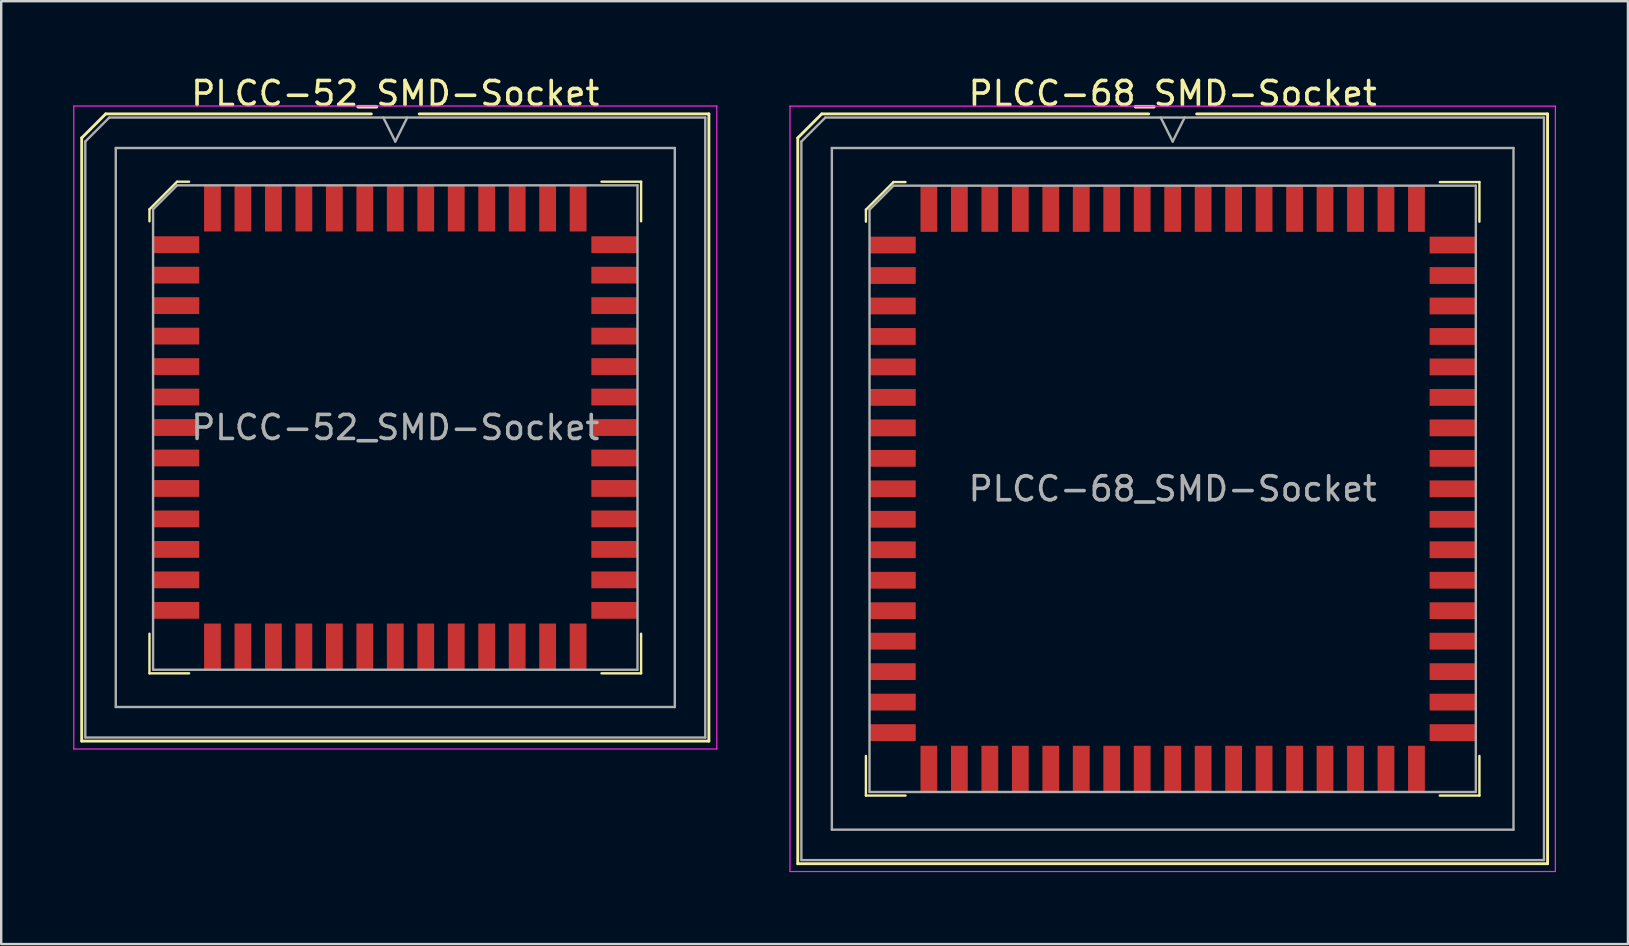
<source format=kicad_pcb>
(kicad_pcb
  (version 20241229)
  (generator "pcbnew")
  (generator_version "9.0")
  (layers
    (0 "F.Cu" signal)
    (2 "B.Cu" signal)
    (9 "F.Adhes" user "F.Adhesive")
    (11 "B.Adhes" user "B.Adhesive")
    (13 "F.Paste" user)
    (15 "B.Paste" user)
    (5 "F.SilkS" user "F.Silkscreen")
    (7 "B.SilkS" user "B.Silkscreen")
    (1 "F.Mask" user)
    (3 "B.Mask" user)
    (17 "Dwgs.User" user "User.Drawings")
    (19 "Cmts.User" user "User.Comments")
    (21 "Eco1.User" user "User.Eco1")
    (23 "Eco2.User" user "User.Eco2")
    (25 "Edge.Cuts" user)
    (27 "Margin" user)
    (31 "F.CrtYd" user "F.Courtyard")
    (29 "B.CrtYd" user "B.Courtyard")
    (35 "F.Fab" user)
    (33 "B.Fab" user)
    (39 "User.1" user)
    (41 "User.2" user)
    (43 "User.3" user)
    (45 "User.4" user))
  (footprint "PLCC-52_SMD-Socket"
    (layer "F.Cu")
    (at 13.425 14.768)
    (property "Reference" "PLCC-52_SMD-Socket" (at 0 -13.92 0) (layer "F.SilkS") (effects (font (size 1 1) (thickness 0.15))))
    (attr smd)
    (fp_line (start -13.07 -12.07) (end -13.07 13.07) (stroke (width 0.12) (type solid)) (layer "F.SilkS"))
    (fp_line (start -13.07 13.07) (end 13.07 13.07) (stroke (width 0.12) (type solid)) (layer "F.SilkS"))
    (fp_line (start -12.07 -13.07) (end -13.07 -12.07) (stroke (width 0.12) (type solid)) (layer "F.SilkS"))
    (fp_line (start -10.245 -9.095) (end -10.245 -8.595) (stroke (width 0.1) (type solid)) (layer "F.SilkS"))
    (fp_line (start -10.245 10.245) (end -10.245 8.595) (stroke (width 0.1) (type solid)) (layer "F.SilkS"))
    (fp_line (start -9.095 -10.245) (end -10.245 -9.095) (stroke (width 0.1) (type solid)) (layer "F.SilkS"))
    (fp_line (start -8.595 -10.245) (end -9.095 -10.245) (stroke (width 0.1) (type solid)) (layer "F.SilkS"))
    (fp_line (start -8.595 10.245) (end -10.245 10.245) (stroke (width 0.1) (type solid)) (layer "F.SilkS"))
    (fp_line (start -1 -13.07) (end -12.07 -13.07) (stroke (width 0.12) (type solid)) (layer "F.SilkS"))
    (fp_line (start 8.595 -10.245) (end 10.245 -10.245) (stroke (width 0.1) (type solid)) (layer "F.SilkS"))
    (fp_line (start 8.595 10.245) (end 10.245 10.245) (stroke (width 0.1) (type solid)) (layer "F.SilkS"))
    (fp_line (start 10.245 -10.245) (end 10.245 -8.595) (stroke (width 0.1) (type solid)) (layer "F.SilkS"))
    (fp_line (start 10.245 10.245) (end 10.245 8.595) (stroke (width 0.1) (type solid)) (layer "F.SilkS"))
    (fp_line (start 13.07 -13.07) (end 1 -13.07) (stroke (width 0.12) (type solid)) (layer "F.SilkS"))
    (fp_line (start 13.07 13.07) (end 13.07 -13.07) (stroke (width 0.12) (type solid)) (layer "F.SilkS"))
    (fp_line (start -13.4 -13.4) (end -13.4 13.4) (stroke (width 0.05) (type solid)) (layer "F.CrtYd"))
    (fp_line (start -13.4 13.4) (end 13.4 13.4) (stroke (width 0.05) (type solid)) (layer "F.CrtYd"))
    (fp_line (start 13.4 -13.4) (end -13.4 -13.4) (stroke (width 0.05) (type solid)) (layer "F.CrtYd"))
    (fp_line (start 13.4 13.4) (end 13.4 -13.4) (stroke (width 0.05) (type solid)) (layer "F.CrtYd"))
    (fp_line (start -12.92 -11.92) (end -12.92 12.92) (stroke (width 0.1) (type solid)) (layer "F.Fab"))
    (fp_line (start -12.92 12.92) (end 12.92 12.92) (stroke (width 0.1) (type solid)) (layer "F.Fab"))
    (fp_line (start -11.92 -12.92) (end -12.92 -11.92) (stroke (width 0.1) (type solid)) (layer "F.Fab"))
    (fp_line (start -11.65 -11.65) (end -11.65 11.65) (stroke (width 0.1) (type solid)) (layer "F.Fab"))
    (fp_line (start -11.65 11.65) (end 11.65 11.65) (stroke (width 0.1) (type solid)) (layer "F.Fab"))
    (fp_line (start -10.095 -9.095) (end -10.095 10.095) (stroke (width 0.1) (type solid)) (layer "F.Fab"))
    (fp_line (start -10.095 10.095) (end 10.095 10.095) (stroke (width 0.1) (type solid)) (layer "F.Fab"))
    (fp_line (start -9.095 -10.095) (end -10.095 -9.095) (stroke (width 0.1) (type solid)) (layer "F.Fab"))
    (fp_line (start -0.5 -12.92) (end 0 -11.92) (stroke (width 0.1) (type solid)) (layer "F.Fab"))
    (fp_line (start 0 -11.92) (end 0.5 -12.92) (stroke (width 0.1) (type solid)) (layer "F.Fab"))
    (fp_line (start 10.095 -10.095) (end -9.095 -10.095) (stroke (width 0.1) (type solid)) (layer "F.Fab"))
    (fp_line (start 10.095 10.095) (end 10.095 -10.095) (stroke (width 0.1) (type solid)) (layer "F.Fab"))
    (fp_line (start 11.65 -11.65) (end -11.65 -11.65) (stroke (width 0.1) (type solid)) (layer "F.Fab"))
    (fp_line (start 11.65 11.65) (end 11.65 -11.65) (stroke (width 0.1) (type solid)) (layer "F.Fab"))
    (fp_line (start 12.92 -12.92) (end -11.92 -12.92) (stroke (width 0.1) (type solid)) (layer "F.Fab"))
    (fp_line (start 12.92 12.92) (end 12.92 -12.92) (stroke (width 0.1) (type solid)) (layer "F.Fab"))
    (fp_text user "${REFERENCE}" (at 0 0 0) (layer "F.Fab") (effects (font (size 1 1) (thickness 0.15))))
    (pad "1" smd rect (at 0 -9.133) (size 0.7 1.925) (layers "F.Cu" "F.Mask" "F.Paste"))
    (pad "2" smd rect (at -1.27 -9.133) (size 0.7 1.925) (layers "F.Cu" "F.Mask" "F.Paste"))
    (pad "3" smd rect (at -2.54 -9.133) (size 0.7 1.925) (layers "F.Cu" "F.Mask" "F.Paste"))
    (pad "4" smd rect (at -3.81 -9.133) (size 0.7 1.925) (layers "F.Cu" "F.Mask" "F.Paste"))
    (pad "5" smd rect (at -5.08 -9.133) (size 0.7 1.925) (layers "F.Cu" "F.Mask" "F.Paste"))
    (pad "6" smd rect (at -6.35 -9.133) (size 0.7 1.925) (layers "F.Cu" "F.Mask" "F.Paste"))
    (pad "7" smd rect (at -7.62 -9.133) (size 0.7 1.925) (layers "F.Cu" "F.Mask" "F.Paste"))
    (pad "8" smd rect (at -9.133 -7.62) (size 1.925 0.7) (layers "F.Cu" "F.Mask" "F.Paste"))
    (pad "9" smd rect (at -9.133 -6.35) (size 1.925 0.7) (layers "F.Cu" "F.Mask" "F.Paste"))
    (pad "10" smd rect (at -9.133 -5.08) (size 1.925 0.7) (layers "F.Cu" "F.Mask" "F.Paste"))
    (pad "11" smd rect (at -9.133 -3.81) (size 1.925 0.7) (layers "F.Cu" "F.Mask" "F.Paste"))
    (pad "12" smd rect (at -9.133 -2.54) (size 1.925 0.7) (layers "F.Cu" "F.Mask" "F.Paste"))
    (pad "13" smd rect (at -9.133 -1.27) (size 1.925 0.7) (layers "F.Cu" "F.Mask" "F.Paste"))
    (pad "14" smd rect (at -9.133 0) (size 1.925 0.7) (layers "F.Cu" "F.Mask" "F.Paste"))
    (pad "15" smd rect (at -9.133 1.27) (size 1.925 0.7) (layers "F.Cu" "F.Mask" "F.Paste"))
    (pad "16" smd rect (at -9.133 2.54) (size 1.925 0.7) (layers "F.Cu" "F.Mask" "F.Paste"))
    (pad "17" smd rect (at -9.133 3.81) (size 1.925 0.7) (layers "F.Cu" "F.Mask" "F.Paste"))
    (pad "18" smd rect (at -9.133 5.08) (size 1.925 0.7) (layers "F.Cu" "F.Mask" "F.Paste"))
    (pad "19" smd rect (at -9.133 6.35) (size 1.925 0.7) (layers "F.Cu" "F.Mask" "F.Paste"))
    (pad "20" smd rect (at -9.133 7.62) (size 1.925 0.7) (layers "F.Cu" "F.Mask" "F.Paste"))
    (pad "21" smd rect (at -7.62 9.133) (size 0.7 1.925) (layers "F.Cu" "F.Mask" "F.Paste"))
    (pad "22" smd rect (at -6.35 9.133) (size 0.7 1.925) (layers "F.Cu" "F.Mask" "F.Paste"))
    (pad "23" smd rect (at -5.08 9.133) (size 0.7 1.925) (layers "F.Cu" "F.Mask" "F.Paste"))
    (pad "24" smd rect (at -3.81 9.133) (size 0.7 1.925) (layers "F.Cu" "F.Mask" "F.Paste"))
    (pad "25" smd rect (at -2.54 9.133) (size 0.7 1.925) (layers "F.Cu" "F.Mask" "F.Paste"))
    (pad "26" smd rect (at -1.27 9.133) (size 0.7 1.925) (layers "F.Cu" "F.Mask" "F.Paste"))
    (pad "27" smd rect (at 0 9.133) (size 0.7 1.925) (layers "F.Cu" "F.Mask" "F.Paste"))
    (pad "28" smd rect (at 1.27 9.133) (size 0.7 1.925) (layers "F.Cu" "F.Mask" "F.Paste"))
    (pad "29" smd rect (at 2.54 9.133) (size 0.7 1.925) (layers "F.Cu" "F.Mask" "F.Paste"))
    (pad "30" smd rect (at 3.81 9.133) (size 0.7 1.925) (layers "F.Cu" "F.Mask" "F.Paste"))
    (pad "31" smd rect (at 5.08 9.133) (size 0.7 1.925) (layers "F.Cu" "F.Mask" "F.Paste"))
    (pad "32" smd rect (at 6.35 9.133) (size 0.7 1.925) (layers "F.Cu" "F.Mask" "F.Paste"))
    (pad "33" smd rect (at 7.62 9.133) (size 0.7 1.925) (layers "F.Cu" "F.Mask" "F.Paste"))
    (pad "34" smd rect (at 9.133 7.62) (size 1.925 0.7) (layers "F.Cu" "F.Mask" "F.Paste"))
    (pad "35" smd rect (at 9.133 6.35) (size 1.925 0.7) (layers "F.Cu" "F.Mask" "F.Paste"))
    (pad "36" smd rect (at 9.133 5.08) (size 1.925 0.7) (layers "F.Cu" "F.Mask" "F.Paste"))
    (pad "37" smd rect (at 9.133 3.81) (size 1.925 0.7) (layers "F.Cu" "F.Mask" "F.Paste"))
    (pad "38" smd rect (at 9.133 2.54) (size 1.925 0.7) (layers "F.Cu" "F.Mask" "F.Paste"))
    (pad "39" smd rect (at 9.133 1.27) (size 1.925 0.7) (layers "F.Cu" "F.Mask" "F.Paste"))
    (pad "40" smd rect (at 9.133 0) (size 1.925 0.7) (layers "F.Cu" "F.Mask" "F.Paste"))
    (pad "41" smd rect (at 9.133 -1.27) (size 1.925 0.7) (layers "F.Cu" "F.Mask" "F.Paste"))
    (pad "42" smd rect (at 9.133 -2.54) (size 1.925 0.7) (layers "F.Cu" "F.Mask" "F.Paste"))
    (pad "43" smd rect (at 9.133 -3.81) (size 1.925 0.7) (layers "F.Cu" "F.Mask" "F.Paste"))
    (pad "44" smd rect (at 9.133 -5.08) (size 1.925 0.7) (layers "F.Cu" "F.Mask" "F.Paste"))
    (pad "45" smd rect (at 9.133 -6.35) (size 1.925 0.7) (layers "F.Cu" "F.Mask" "F.Paste"))
    (pad "46" smd rect (at 9.133 -7.62) (size 1.925 0.7) (layers "F.Cu" "F.Mask" "F.Paste"))
    (pad "47" smd rect (at 7.62 -9.133) (size 0.7 1.925) (layers "F.Cu" "F.Mask" "F.Paste"))
    (pad "48" smd rect (at 6.35 -9.133) (size 0.7 1.925) (layers "F.Cu" "F.Mask" "F.Paste"))
    (pad "49" smd rect (at 5.08 -9.133) (size 0.7 1.925) (layers "F.Cu" "F.Mask" "F.Paste"))
    (pad "50" smd rect (at 3.81 -9.133) (size 0.7 1.925) (layers "F.Cu" "F.Mask" "F.Paste"))
    (pad "51" smd rect (at 2.54 -9.133) (size 0.7 1.925) (layers "F.Cu" "F.Mask" "F.Paste"))
    (pad "52" smd rect (at 1.27 -9.133) (size 0.7 1.925) (layers "F.Cu" "F.Mask" "F.Paste")))
  (footprint "PLCC-68_SMD-Socket"
    (layer "F.Cu")
    (at 45.825 17.323)
    (property "Reference" "PLCC-68_SMD-Socket" (at 0 -16.475 0) (layer "F.SilkS") (effects (font (size 1 1) (thickness 0.15))))
    (attr smd)
    (fp_line (start -15.625 -14.625) (end -15.625 15.625) (stroke (width 0.12) (type solid)) (layer "F.SilkS"))
    (fp_line (start -15.625 15.625) (end 15.625 15.625) (stroke (width 0.12) (type solid)) (layer "F.SilkS"))
    (fp_line (start -14.625 -15.625) (end -15.625 -14.625) (stroke (width 0.12) (type solid)) (layer "F.SilkS"))
    (fp_line (start -12.785 -11.635) (end -12.785 -11.135) (stroke (width 0.1) (type solid)) (layer "F.SilkS"))
    (fp_line (start -12.785 12.785) (end -12.785 11.135) (stroke (width 0.1) (type solid)) (layer "F.SilkS"))
    (fp_line (start -11.635 -12.785) (end -12.785 -11.635) (stroke (width 0.1) (type solid)) (layer "F.SilkS"))
    (fp_line (start -11.135 -12.785) (end -11.635 -12.785) (stroke (width 0.1) (type solid)) (layer "F.SilkS"))
    (fp_line (start -11.135 12.785) (end -12.785 12.785) (stroke (width 0.1) (type solid)) (layer "F.SilkS"))
    (fp_line (start -1 -15.625) (end -14.625 -15.625) (stroke (width 0.12) (type solid)) (layer "F.SilkS"))
    (fp_line (start 11.135 -12.785) (end 12.785 -12.785) (stroke (width 0.1) (type solid)) (layer "F.SilkS"))
    (fp_line (start 11.135 12.785) (end 12.785 12.785) (stroke (width 0.1) (type solid)) (layer "F.SilkS"))
    (fp_line (start 12.785 -12.785) (end 12.785 -11.135) (stroke (width 0.1) (type solid)) (layer "F.SilkS"))
    (fp_line (start 12.785 12.785) (end 12.785 11.135) (stroke (width 0.1) (type solid)) (layer "F.SilkS"))
    (fp_line (start 15.625 -15.625) (end 1 -15.625) (stroke (width 0.12) (type solid)) (layer "F.SilkS"))
    (fp_line (start 15.625 15.625) (end 15.625 -15.625) (stroke (width 0.12) (type solid)) (layer "F.SilkS"))
    (fp_line (start -15.95 -15.95) (end -15.95 15.95) (stroke (width 0.05) (type solid)) (layer "F.CrtYd"))
    (fp_line (start -15.95 15.95) (end 15.95 15.95) (stroke (width 0.05) (type solid)) (layer "F.CrtYd"))
    (fp_line (start 15.95 -15.95) (end -15.95 -15.95) (stroke (width 0.05) (type solid)) (layer "F.CrtYd"))
    (fp_line (start 15.95 15.95) (end 15.95 -15.95) (stroke (width 0.05) (type solid)) (layer "F.CrtYd"))
    (fp_line (start -15.475 -14.475) (end -15.475 15.475) (stroke (width 0.1) (type solid)) (layer "F.Fab"))
    (fp_line (start -15.475 15.475) (end 15.475 15.475) (stroke (width 0.1) (type solid)) (layer "F.Fab"))
    (fp_line (start -14.475 -15.475) (end -15.475 -14.475) (stroke (width 0.1) (type solid)) (layer "F.Fab"))
    (fp_line (start -14.205 -14.205) (end -14.205 14.205) (stroke (width 0.1) (type solid)) (layer "F.Fab"))
    (fp_line (start -14.205 14.205) (end 14.205 14.205) (stroke (width 0.1) (type solid)) (layer "F.Fab"))
    (fp_line (start -12.635 -11.635) (end -12.635 12.635) (stroke (width 0.1) (type solid)) (layer "F.Fab"))
    (fp_line (start -12.635 12.635) (end 12.635 12.635) (stroke (width 0.1) (type solid)) (layer "F.Fab"))
    (fp_line (start -11.635 -12.635) (end -12.635 -11.635) (stroke (width 0.1) (type solid)) (layer "F.Fab"))
    (fp_line (start -0.5 -15.475) (end 0 -14.475) (stroke (width 0.1) (type solid)) (layer "F.Fab"))
    (fp_line (start 0 -14.475) (end 0.5 -15.475) (stroke (width 0.1) (type solid)) (layer "F.Fab"))
    (fp_line (start 12.635 -12.635) (end -11.635 -12.635) (stroke (width 0.1) (type solid)) (layer "F.Fab"))
    (fp_line (start 12.635 12.635) (end 12.635 -12.635) (stroke (width 0.1) (type solid)) (layer "F.Fab"))
    (fp_line (start 14.205 -14.205) (end -14.205 -14.205) (stroke (width 0.1) (type solid)) (layer "F.Fab"))
    (fp_line (start 14.205 14.205) (end 14.205 -14.205) (stroke (width 0.1) (type solid)) (layer "F.Fab"))
    (fp_line (start 15.475 -15.475) (end -14.475 -15.475) (stroke (width 0.1) (type solid)) (layer "F.Fab"))
    (fp_line (start 15.475 15.475) (end 15.475 -15.475) (stroke (width 0.1) (type solid)) (layer "F.Fab"))
    (fp_text user "${REFERENCE}" (at 0 0 0) (layer "F.Fab") (effects (font (size 1 1) (thickness 0.15))))
    (pad "1" smd rect (at 0 -11.672) (size 0.7 1.925) (layers "F.Cu" "F.Mask" "F.Paste"))
    (pad "2" smd rect (at -1.27 -11.672) (size 0.7 1.925) (layers "F.Cu" "F.Mask" "F.Paste"))
    (pad "3" smd rect (at -2.54 -11.672) (size 0.7 1.925) (layers "F.Cu" "F.Mask" "F.Paste"))
    (pad "4" smd rect (at -3.81 -11.672) (size 0.7 1.925) (layers "F.Cu" "F.Mask" "F.Paste"))
    (pad "5" smd rect (at -5.08 -11.672) (size 0.7 1.925) (layers "F.Cu" "F.Mask" "F.Paste"))
    (pad "6" smd rect (at -6.35 -11.672) (size 0.7 1.925) (layers "F.Cu" "F.Mask" "F.Paste"))
    (pad "7" smd rect (at -7.62 -11.672) (size 0.7 1.925) (layers "F.Cu" "F.Mask" "F.Paste"))
    (pad "8" smd rect (at -8.89 -11.672) (size 0.7 1.925) (layers "F.Cu" "F.Mask" "F.Paste"))
    (pad "9" smd rect (at -10.16 -11.672) (size 0.7 1.925) (layers "F.Cu" "F.Mask" "F.Paste"))
    (pad "10" smd rect (at -11.672 -10.16) (size 1.925 0.7) (layers "F.Cu" "F.Mask" "F.Paste"))
    (pad "11" smd rect (at -11.672 -8.89) (size 1.925 0.7) (layers "F.Cu" "F.Mask" "F.Paste"))
    (pad "12" smd rect (at -11.672 -7.62) (size 1.925 0.7) (layers "F.Cu" "F.Mask" "F.Paste"))
    (pad "13" smd rect (at -11.672 -6.35) (size 1.925 0.7) (layers "F.Cu" "F.Mask" "F.Paste"))
    (pad "14" smd rect (at -11.672 -5.08) (size 1.925 0.7) (layers "F.Cu" "F.Mask" "F.Paste"))
    (pad "15" smd rect (at -11.672 -3.81) (size 1.925 0.7) (layers "F.Cu" "F.Mask" "F.Paste"))
    (pad "16" smd rect (at -11.672 -2.54) (size 1.925 0.7) (layers "F.Cu" "F.Mask" "F.Paste"))
    (pad "17" smd rect (at -11.672 -1.27) (size 1.925 0.7) (layers "F.Cu" "F.Mask" "F.Paste"))
    (pad "18" smd rect (at -11.672 0) (size 1.925 0.7) (layers "F.Cu" "F.Mask" "F.Paste"))
    (pad "19" smd rect (at -11.672 1.27) (size 1.925 0.7) (layers "F.Cu" "F.Mask" "F.Paste"))
    (pad "20" smd rect (at -11.672 2.54) (size 1.925 0.7) (layers "F.Cu" "F.Mask" "F.Paste"))
    (pad "21" smd rect (at -11.672 3.81) (size 1.925 0.7) (layers "F.Cu" "F.Mask" "F.Paste"))
    (pad "22" smd rect (at -11.672 5.08) (size 1.925 0.7) (layers "F.Cu" "F.Mask" "F.Paste"))
    (pad "23" smd rect (at -11.672 6.35) (size 1.925 0.7) (layers "F.Cu" "F.Mask" "F.Paste"))
    (pad "24" smd rect (at -11.672 7.62) (size 1.925 0.7) (layers "F.Cu" "F.Mask" "F.Paste"))
    (pad "25" smd rect (at -11.672 8.89) (size 1.925 0.7) (layers "F.Cu" "F.Mask" "F.Paste"))
    (pad "26" smd rect (at -11.672 10.16) (size 1.925 0.7) (layers "F.Cu" "F.Mask" "F.Paste"))
    (pad "27" smd rect (at -10.16 11.672) (size 0.7 1.925) (layers "F.Cu" "F.Mask" "F.Paste"))
    (pad "28" smd rect (at -8.89 11.672) (size 0.7 1.925) (layers "F.Cu" "F.Mask" "F.Paste"))
    (pad "29" smd rect (at -7.62 11.672) (size 0.7 1.925) (layers "F.Cu" "F.Mask" "F.Paste"))
    (pad "30" smd rect (at -6.35 11.672) (size 0.7 1.925) (layers "F.Cu" "F.Mask" "F.Paste"))
    (pad "31" smd rect (at -5.08 11.672) (size 0.7 1.925) (layers "F.Cu" "F.Mask" "F.Paste"))
    (pad "32" smd rect (at -3.81 11.672) (size 0.7 1.925) (layers "F.Cu" "F.Mask" "F.Paste"))
    (pad "33" smd rect (at -2.54 11.672) (size 0.7 1.925) (layers "F.Cu" "F.Mask" "F.Paste"))
    (pad "34" smd rect (at -1.27 11.672) (size 0.7 1.925) (layers "F.Cu" "F.Mask" "F.Paste"))
    (pad "35" smd rect (at 0 11.672) (size 0.7 1.925) (layers "F.Cu" "F.Mask" "F.Paste"))
    (pad "36" smd rect (at 1.27 11.672) (size 0.7 1.925) (layers "F.Cu" "F.Mask" "F.Paste"))
    (pad "37" smd rect (at 2.54 11.672) (size 0.7 1.925) (layers "F.Cu" "F.Mask" "F.Paste"))
    (pad "38" smd rect (at 3.81 11.672) (size 0.7 1.925) (layers "F.Cu" "F.Mask" "F.Paste"))
    (pad "39" smd rect (at 5.08 11.672) (size 0.7 1.925) (layers "F.Cu" "F.Mask" "F.Paste"))
    (pad "40" smd rect (at 6.35 11.672) (size 0.7 1.925) (layers "F.Cu" "F.Mask" "F.Paste"))
    (pad "41" smd rect (at 7.62 11.672) (size 0.7 1.925) (layers "F.Cu" "F.Mask" "F.Paste"))
    (pad "42" smd rect (at 8.89 11.672) (size 0.7 1.925) (layers "F.Cu" "F.Mask" "F.Paste"))
    (pad "43" smd rect (at 10.16 11.672) (size 0.7 1.925) (layers "F.Cu" "F.Mask" "F.Paste"))
    (pad "44" smd rect (at 11.672 10.16) (size 1.925 0.7) (layers "F.Cu" "F.Mask" "F.Paste"))
    (pad "45" smd rect (at 11.672 8.89) (size 1.925 0.7) (layers "F.Cu" "F.Mask" "F.Paste"))
    (pad "46" smd rect (at 11.672 7.62) (size 1.925 0.7) (layers "F.Cu" "F.Mask" "F.Paste"))
    (pad "47" smd rect (at 11.672 6.35) (size 1.925 0.7) (layers "F.Cu" "F.Mask" "F.Paste"))
    (pad "48" smd rect (at 11.672 5.08) (size 1.925 0.7) (layers "F.Cu" "F.Mask" "F.Paste"))
    (pad "49" smd rect (at 11.672 3.81) (size 1.925 0.7) (layers "F.Cu" "F.Mask" "F.Paste"))
    (pad "50" smd rect (at 11.672 2.54) (size 1.925 0.7) (layers "F.Cu" "F.Mask" "F.Paste"))
    (pad "51" smd rect (at 11.672 1.27) (size 1.925 0.7) (layers "F.Cu" "F.Mask" "F.Paste"))
    (pad "52" smd rect (at 11.672 0) (size 1.925 0.7) (layers "F.Cu" "F.Mask" "F.Paste"))
    (pad "53" smd rect (at 11.672 -1.27) (size 1.925 0.7) (layers "F.Cu" "F.Mask" "F.Paste"))
    (pad "54" smd rect (at 11.672 -2.54) (size 1.925 0.7) (layers "F.Cu" "F.Mask" "F.Paste"))
    (pad "55" smd rect (at 11.672 -3.81) (size 1.925 0.7) (layers "F.Cu" "F.Mask" "F.Paste"))
    (pad "56" smd rect (at 11.672 -5.08) (size 1.925 0.7) (layers "F.Cu" "F.Mask" "F.Paste"))
    (pad "57" smd rect (at 11.672 -6.35) (size 1.925 0.7) (layers "F.Cu" "F.Mask" "F.Paste"))
    (pad "58" smd rect (at 11.672 -7.62) (size 1.925 0.7) (layers "F.Cu" "F.Mask" "F.Paste"))
    (pad "59" smd rect (at 11.672 -8.89) (size 1.925 0.7) (layers "F.Cu" "F.Mask" "F.Paste"))
    (pad "60" smd rect (at 11.672 -10.16) (size 1.925 0.7) (layers "F.Cu" "F.Mask" "F.Paste"))
    (pad "61" smd rect (at 10.16 -11.672) (size 0.7 1.925) (layers "F.Cu" "F.Mask" "F.Paste"))
    (pad "62" smd rect (at 8.89 -11.672) (size 0.7 1.925) (layers "F.Cu" "F.Mask" "F.Paste"))
    (pad "63" smd rect (at 7.62 -11.672) (size 0.7 1.925) (layers "F.Cu" "F.Mask" "F.Paste"))
    (pad "64" smd rect (at 6.35 -11.672) (size 0.7 1.925) (layers "F.Cu" "F.Mask" "F.Paste"))
    (pad "65" smd rect (at 5.08 -11.672) (size 0.7 1.925) (layers "F.Cu" "F.Mask" "F.Paste"))
    (pad "66" smd rect (at 3.81 -11.672) (size 0.7 1.925) (layers "F.Cu" "F.Mask" "F.Paste"))
    (pad "67" smd rect (at 2.54 -11.672) (size 0.7 1.925) (layers "F.Cu" "F.Mask" "F.Paste"))
    (pad "68" smd rect (at 1.27 -11.672) (size 0.7 1.925) (layers "F.Cu" "F.Mask" "F.Paste")))
  (gr_rect
    (start -3 -3)
    (end 64.8 36.298)
    (stroke (width 0.1) (type default))
    (fill no)
    (layer "Edge.Cuts")))
</source>
